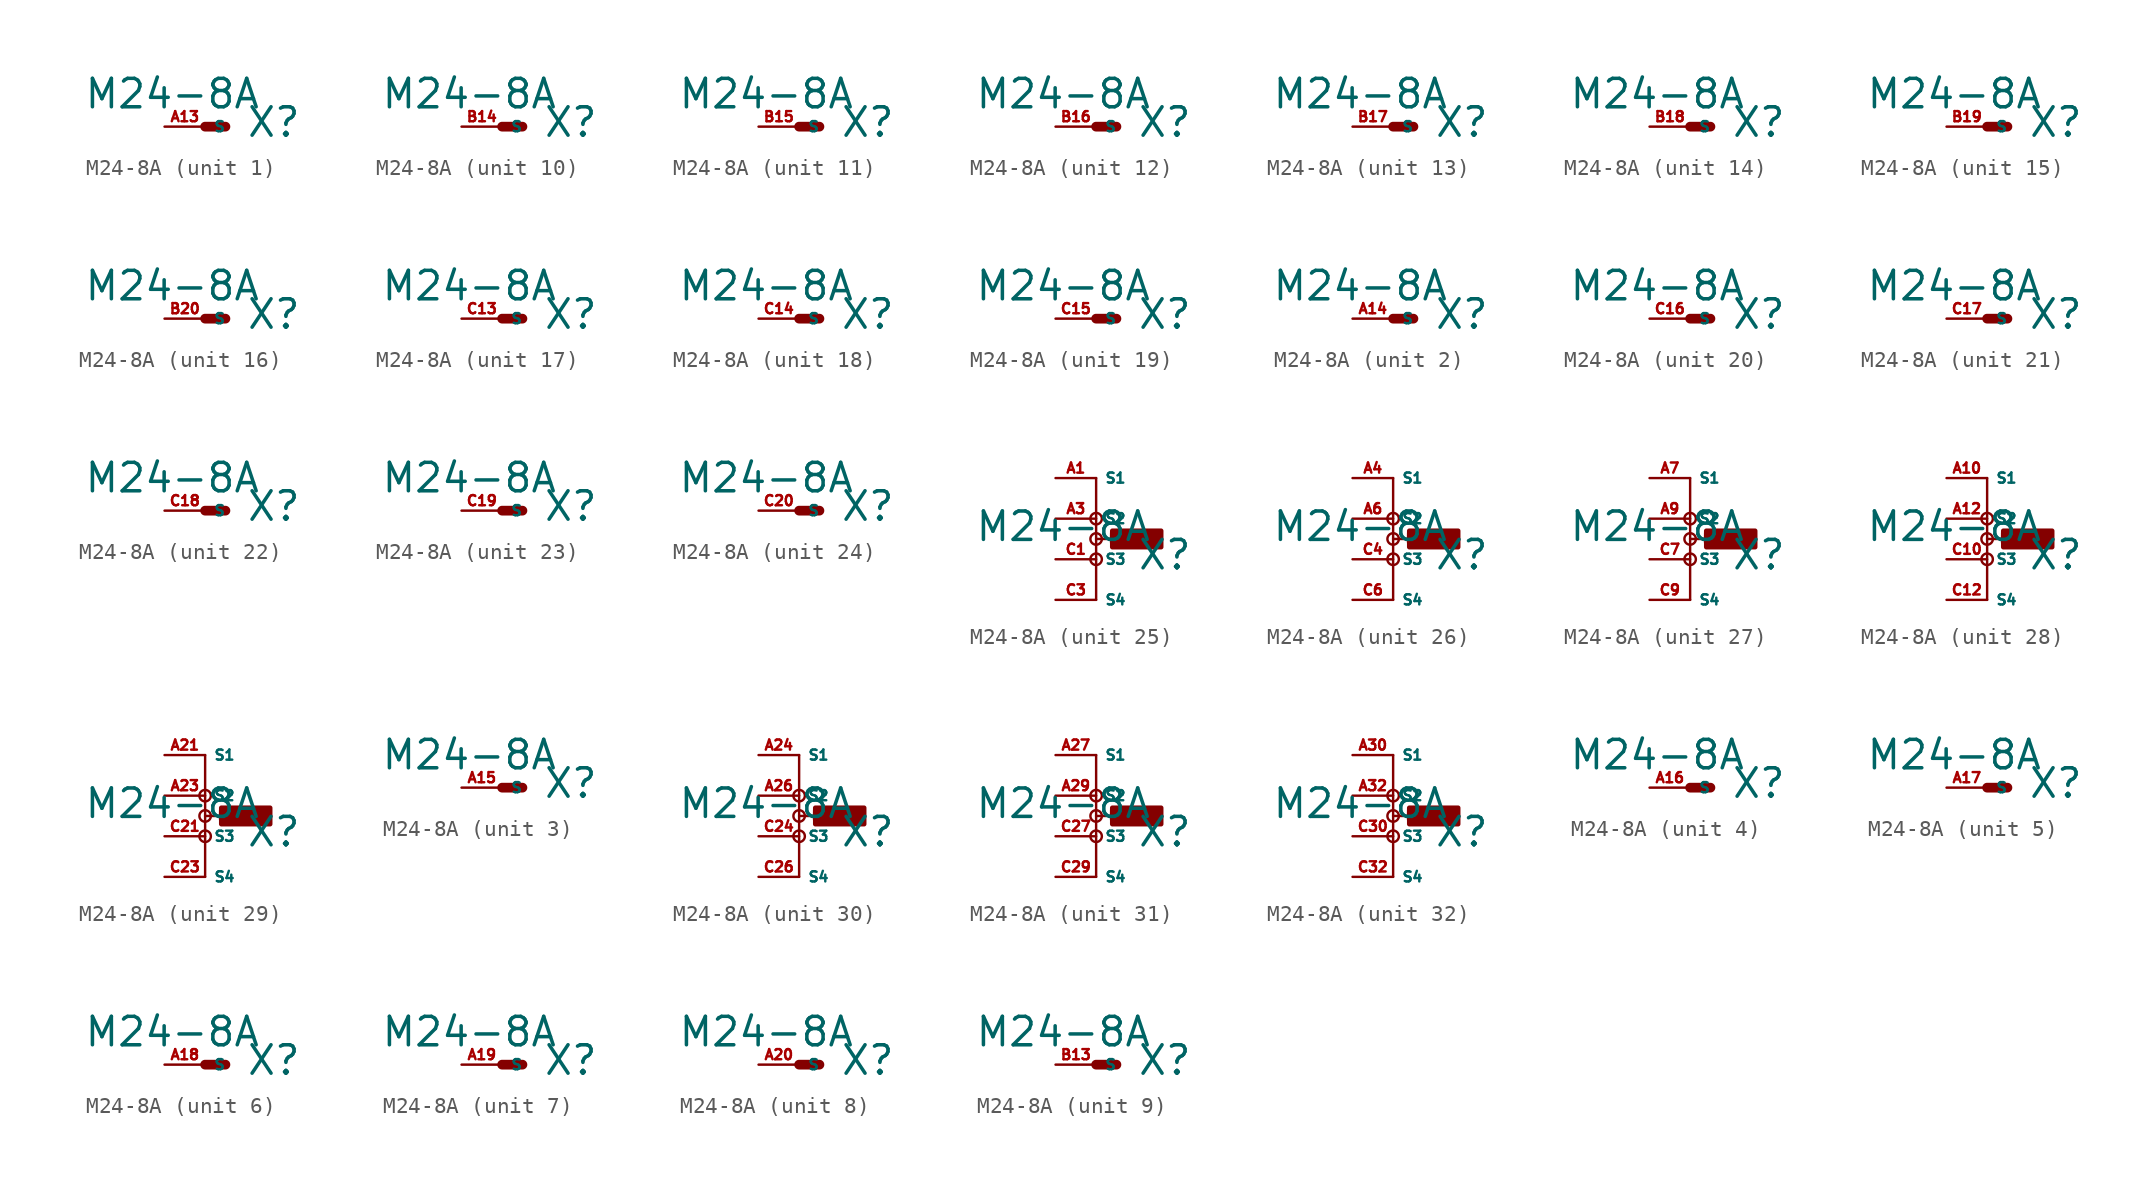
<source format=kicad_sym>
(kicad_symbol_lib
  (version 20220914)
  (generator Eagle2Kicad)
  (symbol "M24-8A"
    (property "Reference" "X"
      (at 2.54 -0.762 0)
      (effects (font (size 1.778 1.778) (thickness 0.22)) (justify left bottom)))
    (property "Value" "M24-8A"
      (at -7.62 1.016 0)
      (effects (font (size 1.778 1.778) (thickness 0.22)) (justify left bottom)))
    (symbol "M24-8A_1_0"
      (polyline (pts (xy 0 0) (xy 1.27 0)) (stroke (width 0.61) (type default)) (fill (type none)))
      (pin passive line (at -2.54 0 0) (length 2.54) (name "S" (effects (font (size 0.635 0.635) (thickness 0.08)) (justify left bottom))) (number "A13" (effects (font (size 0.635 0.635) (thickness 0.08)) (justify left bottom)))))
    (symbol "M24-8A_2_0"
      (polyline (pts (xy 0 0) (xy 1.27 0)) (stroke (width 0.61) (type default)) (fill (type none)))
      (pin passive line (at -2.54 0 0) (length 2.54) (name "S" (effects (font (size 0.635 0.635) (thickness 0.08)) (justify left bottom))) (number "A14" (effects (font (size 0.635 0.635) (thickness 0.08)) (justify left bottom)))))
    (symbol "M24-8A_3_0"
      (polyline (pts (xy 0 0) (xy 1.27 0)) (stroke (width 0.61) (type default)) (fill (type none)))
      (pin passive line (at -2.54 0 0) (length 2.54) (name "S" (effects (font (size 0.635 0.635) (thickness 0.08)) (justify left bottom))) (number "A15" (effects (font (size 0.635 0.635) (thickness 0.08)) (justify left bottom)))))
    (symbol "M24-8A_4_0"
      (polyline (pts (xy 0 0) (xy 1.27 0)) (stroke (width 0.61) (type default)) (fill (type none)))
      (pin passive line (at -2.54 0 0) (length 2.54) (name "S" (effects (font (size 0.635 0.635) (thickness 0.08)) (justify left bottom))) (number "A16" (effects (font (size 0.635 0.635) (thickness 0.08)) (justify left bottom)))))
    (symbol "M24-8A_5_0"
      (polyline (pts (xy 0 0) (xy 1.27 0)) (stroke (width 0.61) (type default)) (fill (type none)))
      (pin passive line (at -2.54 0 0) (length 2.54) (name "S" (effects (font (size 0.635 0.635) (thickness 0.08)) (justify left bottom))) (number "A17" (effects (font (size 0.635 0.635) (thickness 0.08)) (justify left bottom)))))
    (symbol "M24-8A_6_0"
      (polyline (pts (xy 0 0) (xy 1.27 0)) (stroke (width 0.61) (type default)) (fill (type none)))
      (pin passive line (at -2.54 0 0) (length 2.54) (name "S" (effects (font (size 0.635 0.635) (thickness 0.08)) (justify left bottom))) (number "A18" (effects (font (size 0.635 0.635) (thickness 0.08)) (justify left bottom)))))
    (symbol "M24-8A_7_0"
      (polyline (pts (xy 0 0) (xy 1.27 0)) (stroke (width 0.61) (type default)) (fill (type none)))
      (pin passive line (at -2.54 0 0) (length 2.54) (name "S" (effects (font (size 0.635 0.635) (thickness 0.08)) (justify left bottom))) (number "A19" (effects (font (size 0.635 0.635) (thickness 0.08)) (justify left bottom)))))
    (symbol "M24-8A_8_0"
      (polyline (pts (xy 0 0) (xy 1.27 0)) (stroke (width 0.61) (type default)) (fill (type none)))
      (pin passive line (at -2.54 0 0) (length 2.54) (name "S" (effects (font (size 0.635 0.635) (thickness 0.08)) (justify left bottom))) (number "A20" (effects (font (size 0.635 0.635) (thickness 0.08)) (justify left bottom)))))
    (symbol "M24-8A_9_0"
      (polyline (pts (xy 0 0) (xy 1.27 0)) (stroke (width 0.61) (type default)) (fill (type none)))
      (pin passive line (at -2.54 0 0) (length 2.54) (name "S" (effects (font (size 0.635 0.635) (thickness 0.08)) (justify left bottom))) (number "B13" (effects (font (size 0.635 0.635) (thickness 0.08)) (justify left bottom)))))
    (symbol "M24-8A_10_0"
      (polyline (pts (xy 0 0) (xy 1.27 0)) (stroke (width 0.61) (type default)) (fill (type none)))
      (pin passive line (at -2.54 0 0) (length 2.54) (name "S" (effects (font (size 0.635 0.635) (thickness 0.08)) (justify left bottom))) (number "B14" (effects (font (size 0.635 0.635) (thickness 0.08)) (justify left bottom)))))
    (symbol "M24-8A_11_0"
      (polyline (pts (xy 0 0) (xy 1.27 0)) (stroke (width 0.61) (type default)) (fill (type none)))
      (pin passive line (at -2.54 0 0) (length 2.54) (name "S" (effects (font (size 0.635 0.635) (thickness 0.08)) (justify left bottom))) (number "B15" (effects (font (size 0.635 0.635) (thickness 0.08)) (justify left bottom)))))
    (symbol "M24-8A_12_0"
      (polyline (pts (xy 0 0) (xy 1.27 0)) (stroke (width 0.61) (type default)) (fill (type none)))
      (pin passive line (at -2.54 0 0) (length 2.54) (name "S" (effects (font (size 0.635 0.635) (thickness 0.08)) (justify left bottom))) (number "B16" (effects (font (size 0.635 0.635) (thickness 0.08)) (justify left bottom)))))
    (symbol "M24-8A_13_0"
      (polyline (pts (xy 0 0) (xy 1.27 0)) (stroke (width 0.61) (type default)) (fill (type none)))
      (pin passive line (at -2.54 0 0) (length 2.54) (name "S" (effects (font (size 0.635 0.635) (thickness 0.08)) (justify left bottom))) (number "B17" (effects (font (size 0.635 0.635) (thickness 0.08)) (justify left bottom)))))
    (symbol "M24-8A_14_0"
      (polyline (pts (xy 0 0) (xy 1.27 0)) (stroke (width 0.61) (type default)) (fill (type none)))
      (pin passive line (at -2.54 0 0) (length 2.54) (name "S" (effects (font (size 0.635 0.635) (thickness 0.08)) (justify left bottom))) (number "B18" (effects (font (size 0.635 0.635) (thickness 0.08)) (justify left bottom)))))
    (symbol "M24-8A_15_0"
      (polyline (pts (xy 0 0) (xy 1.27 0)) (stroke (width 0.61) (type default)) (fill (type none)))
      (pin passive line (at -2.54 0 0) (length 2.54) (name "S" (effects (font (size 0.635 0.635) (thickness 0.08)) (justify left bottom))) (number "B19" (effects (font (size 0.635 0.635) (thickness 0.08)) (justify left bottom)))))
    (symbol "M24-8A_16_0"
      (polyline (pts (xy 0 0) (xy 1.27 0)) (stroke (width 0.61) (type default)) (fill (type none)))
      (pin passive line (at -2.54 0 0) (length 2.54) (name "S" (effects (font (size 0.635 0.635) (thickness 0.08)) (justify left bottom))) (number "B20" (effects (font (size 0.635 0.635) (thickness 0.08)) (justify left bottom)))))
    (symbol "M24-8A_17_0"
      (polyline (pts (xy 0 0) (xy 1.27 0)) (stroke (width 0.61) (type default)) (fill (type none)))
      (pin passive line (at -2.54 0 0) (length 2.54) (name "S" (effects (font (size 0.635 0.635) (thickness 0.08)) (justify left bottom))) (number "C13" (effects (font (size 0.635 0.635) (thickness 0.08)) (justify left bottom)))))
    (symbol "M24-8A_18_0"
      (polyline (pts (xy 0 0) (xy 1.27 0)) (stroke (width 0.61) (type default)) (fill (type none)))
      (pin passive line (at -2.54 0 0) (length 2.54) (name "S" (effects (font (size 0.635 0.635) (thickness 0.08)) (justify left bottom))) (number "C14" (effects (font (size 0.635 0.635) (thickness 0.08)) (justify left bottom)))))
    (symbol "M24-8A_19_0"
      (polyline (pts (xy 0 0) (xy 1.27 0)) (stroke (width 0.61) (type default)) (fill (type none)))
      (pin passive line (at -2.54 0 0) (length 2.54) (name "S" (effects (font (size 0.635 0.635) (thickness 0.08)) (justify left bottom))) (number "C15" (effects (font (size 0.635 0.635) (thickness 0.08)) (justify left bottom)))))
    (symbol "M24-8A_20_0"
      (polyline (pts (xy 0 0) (xy 1.27 0)) (stroke (width 0.61) (type default)) (fill (type none)))
      (pin passive line (at -2.54 0 0) (length 2.54) (name "S" (effects (font (size 0.635 0.635) (thickness 0.08)) (justify left bottom))) (number "C16" (effects (font (size 0.635 0.635) (thickness 0.08)) (justify left bottom)))))
    (symbol "M24-8A_21_0"
      (polyline (pts (xy 0 0) (xy 1.27 0)) (stroke (width 0.61) (type default)) (fill (type none)))
      (pin passive line (at -2.54 0 0) (length 2.54) (name "S" (effects (font (size 0.635 0.635) (thickness 0.08)) (justify left bottom))) (number "C17" (effects (font (size 0.635 0.635) (thickness 0.08)) (justify left bottom)))))
    (symbol "M24-8A_22_0"
      (polyline (pts (xy 0 0) (xy 1.27 0)) (stroke (width 0.61) (type default)) (fill (type none)))
      (pin passive line (at -2.54 0 0) (length 2.54) (name "S" (effects (font (size 0.635 0.635) (thickness 0.08)) (justify left bottom))) (number "C18" (effects (font (size 0.635 0.635) (thickness 0.08)) (justify left bottom)))))
    (symbol "M24-8A_23_0"
      (polyline (pts (xy 0 0) (xy 1.27 0)) (stroke (width 0.61) (type default)) (fill (type none)))
      (pin passive line (at -2.54 0 0) (length 2.54) (name "S" (effects (font (size 0.635 0.635) (thickness 0.08)) (justify left bottom))) (number "C19" (effects (font (size 0.635 0.635) (thickness 0.08)) (justify left bottom)))))
    (symbol "M24-8A_24_0"
      (polyline (pts (xy 0 0) (xy 1.27 0)) (stroke (width 0.61) (type default)) (fill (type none)))
      (pin passive line (at -2.54 0 0) (length 2.54) (name "S" (effects (font (size 0.635 0.635) (thickness 0.08)) (justify left bottom))) (number "C20" (effects (font (size 0.635 0.635) (thickness 0.08)) (justify left bottom)))))
    (symbol "M24-8A_25_0"
      (polyline (pts (xy 0 5.08) (xy 0 1.27)) (stroke (width 0.152) (type default)) (fill (type none)))
      (polyline (pts (xy 0 1.27) (xy 0 -2.54)) (stroke (width 0.152) (type default)) (fill (type none)))
      (polyline (pts (xy 0 1.27) (xy 1.27 1.27)) (stroke (width 0.152) (type default)) (fill (type none)))
      (circle (center 0 2.54) (radius 0.359) (stroke (width 0) (type default)) (fill (type none)))
      (circle (center 0 0) (radius 0.359) (stroke (width 0) (type default)) (fill (type none)))
      (circle (center 0 1.27) (radius 0.359) (stroke (width 0) (type default)) (fill (type none)))
      (rectangle (start 1.016 1.016) (end 3.81 1.651) (stroke (width 0.3) (type default)) (fill (type outline)))
      (rectangle (start 1.016 1.016) (end 3.81 1.651) (stroke (width 0.3) (type default)) (fill (type outline)))
      (rectangle (start 1.016 1.016) (end 3.81 1.524) (stroke (width 0.3) (type default)) (fill (type outline)))
      (rectangle (start 1.016 0.762) (end 4.064 1.778) (stroke (width 0.3) (type default)) (fill (type outline)))
      (pin passive line (at -2.54 5.08 0) (length 2.54) (name "S1" (effects (font (size 0.635 0.635) (thickness 0.08)) (justify left bottom))) (number "A1" (effects (font (size 0.635 0.635) (thickness 0.08)) (justify left bottom))))
      (pin passive line (at -2.54 2.54 0) (length 2.54) (name "S2" (effects (font (size 0.635 0.635) (thickness 0.08)) (justify left bottom))) (number "A3" (effects (font (size 0.635 0.635) (thickness 0.08)) (justify left bottom))))
      (pin passive line (at -2.54 0 0) (length 2.54) (name "S3" (effects (font (size 0.635 0.635) (thickness 0.08)) (justify left bottom))) (number "C1" (effects (font (size 0.635 0.635) (thickness 0.08)) (justify left bottom))))
      (pin passive line (at -2.54 -2.54 0) (length 2.54) (name "S4" (effects (font (size 0.635 0.635) (thickness 0.08)) (justify left bottom))) (number "C3" (effects (font (size 0.635 0.635) (thickness 0.08)) (justify left bottom)))))
    (symbol "M24-8A_26_0"
      (polyline (pts (xy 0 5.08) (xy 0 1.27)) (stroke (width 0.152) (type default)) (fill (type none)))
      (polyline (pts (xy 0 1.27) (xy 0 -2.54)) (stroke (width 0.152) (type default)) (fill (type none)))
      (polyline (pts (xy 0 1.27) (xy 1.27 1.27)) (stroke (width 0.152) (type default)) (fill (type none)))
      (circle (center 0 2.54) (radius 0.359) (stroke (width 0) (type default)) (fill (type none)))
      (circle (center 0 0) (radius 0.359) (stroke (width 0) (type default)) (fill (type none)))
      (circle (center 0 1.27) (radius 0.359) (stroke (width 0) (type default)) (fill (type none)))
      (rectangle (start 1.016 1.016) (end 3.81 1.651) (stroke (width 0.3) (type default)) (fill (type outline)))
      (rectangle (start 1.016 1.016) (end 3.81 1.651) (stroke (width 0.3) (type default)) (fill (type outline)))
      (rectangle (start 1.016 1.016) (end 3.81 1.524) (stroke (width 0.3) (type default)) (fill (type outline)))
      (rectangle (start 1.016 0.762) (end 4.064 1.778) (stroke (width 0.3) (type default)) (fill (type outline)))
      (pin passive line (at -2.54 5.08 0) (length 2.54) (name "S1" (effects (font (size 0.635 0.635) (thickness 0.08)) (justify left bottom))) (number "A4" (effects (font (size 0.635 0.635) (thickness 0.08)) (justify left bottom))))
      (pin passive line (at -2.54 2.54 0) (length 2.54) (name "S2" (effects (font (size 0.635 0.635) (thickness 0.08)) (justify left bottom))) (number "A6" (effects (font (size 0.635 0.635) (thickness 0.08)) (justify left bottom))))
      (pin passive line (at -2.54 0 0) (length 2.54) (name "S3" (effects (font (size 0.635 0.635) (thickness 0.08)) (justify left bottom))) (number "C4" (effects (font (size 0.635 0.635) (thickness 0.08)) (justify left bottom))))
      (pin passive line (at -2.54 -2.54 0) (length 2.54) (name "S4" (effects (font (size 0.635 0.635) (thickness 0.08)) (justify left bottom))) (number "C6" (effects (font (size 0.635 0.635) (thickness 0.08)) (justify left bottom)))))
    (symbol "M24-8A_27_0"
      (polyline (pts (xy 0 5.08) (xy 0 1.27)) (stroke (width 0.152) (type default)) (fill (type none)))
      (polyline (pts (xy 0 1.27) (xy 0 -2.54)) (stroke (width 0.152) (type default)) (fill (type none)))
      (polyline (pts (xy 0 1.27) (xy 1.27 1.27)) (stroke (width 0.152) (type default)) (fill (type none)))
      (circle (center 0 2.54) (radius 0.359) (stroke (width 0) (type default)) (fill (type none)))
      (circle (center 0 0) (radius 0.359) (stroke (width 0) (type default)) (fill (type none)))
      (circle (center 0 1.27) (radius 0.359) (stroke (width 0) (type default)) (fill (type none)))
      (rectangle (start 1.016 1.016) (end 3.81 1.651) (stroke (width 0.3) (type default)) (fill (type outline)))
      (rectangle (start 1.016 1.016) (end 3.81 1.651) (stroke (width 0.3) (type default)) (fill (type outline)))
      (rectangle (start 1.016 1.016) (end 3.81 1.524) (stroke (width 0.3) (type default)) (fill (type outline)))
      (rectangle (start 1.016 0.762) (end 4.064 1.778) (stroke (width 0.3) (type default)) (fill (type outline)))
      (pin passive line (at -2.54 5.08 0) (length 2.54) (name "S1" (effects (font (size 0.635 0.635) (thickness 0.08)) (justify left bottom))) (number "A7" (effects (font (size 0.635 0.635) (thickness 0.08)) (justify left bottom))))
      (pin passive line (at -2.54 2.54 0) (length 2.54) (name "S2" (effects (font (size 0.635 0.635) (thickness 0.08)) (justify left bottom))) (number "A9" (effects (font (size 0.635 0.635) (thickness 0.08)) (justify left bottom))))
      (pin passive line (at -2.54 0 0) (length 2.54) (name "S3" (effects (font (size 0.635 0.635) (thickness 0.08)) (justify left bottom))) (number "C7" (effects (font (size 0.635 0.635) (thickness 0.08)) (justify left bottom))))
      (pin passive line (at -2.54 -2.54 0) (length 2.54) (name "S4" (effects (font (size 0.635 0.635) (thickness 0.08)) (justify left bottom))) (number "C9" (effects (font (size 0.635 0.635) (thickness 0.08)) (justify left bottom)))))
    (symbol "M24-8A_28_0"
      (polyline (pts (xy 0 5.08) (xy 0 1.27)) (stroke (width 0.152) (type default)) (fill (type none)))
      (polyline (pts (xy 0 1.27) (xy 0 -2.54)) (stroke (width 0.152) (type default)) (fill (type none)))
      (polyline (pts (xy 0 1.27) (xy 1.27 1.27)) (stroke (width 0.152) (type default)) (fill (type none)))
      (circle (center 0 2.54) (radius 0.359) (stroke (width 0) (type default)) (fill (type none)))
      (circle (center 0 0) (radius 0.359) (stroke (width 0) (type default)) (fill (type none)))
      (circle (center 0 1.27) (radius 0.359) (stroke (width 0) (type default)) (fill (type none)))
      (rectangle (start 1.016 1.016) (end 3.81 1.651) (stroke (width 0.3) (type default)) (fill (type outline)))
      (rectangle (start 1.016 1.016) (end 3.81 1.651) (stroke (width 0.3) (type default)) (fill (type outline)))
      (rectangle (start 1.016 1.016) (end 3.81 1.524) (stroke (width 0.3) (type default)) (fill (type outline)))
      (rectangle (start 1.016 0.762) (end 4.064 1.778) (stroke (width 0.3) (type default)) (fill (type outline)))
      (pin passive line (at -2.54 5.08 0) (length 2.54) (name "S1" (effects (font (size 0.635 0.635) (thickness 0.08)) (justify left bottom))) (number "A10" (effects (font (size 0.635 0.635) (thickness 0.08)) (justify left bottom))))
      (pin passive line (at -2.54 2.54 0) (length 2.54) (name "S2" (effects (font (size 0.635 0.635) (thickness 0.08)) (justify left bottom))) (number "A12" (effects (font (size 0.635 0.635) (thickness 0.08)) (justify left bottom))))
      (pin passive line (at -2.54 0 0) (length 2.54) (name "S3" (effects (font (size 0.635 0.635) (thickness 0.08)) (justify left bottom))) (number "C10" (effects (font (size 0.635 0.635) (thickness 0.08)) (justify left bottom))))
      (pin passive line (at -2.54 -2.54 0) (length 2.54) (name "S4" (effects (font (size 0.635 0.635) (thickness 0.08)) (justify left bottom))) (number "C12" (effects (font (size 0.635 0.635) (thickness 0.08)) (justify left bottom)))))
    (symbol "M24-8A_29_0"
      (polyline (pts (xy 0 5.08) (xy 0 1.27)) (stroke (width 0.152) (type default)) (fill (type none)))
      (polyline (pts (xy 0 1.27) (xy 0 -2.54)) (stroke (width 0.152) (type default)) (fill (type none)))
      (polyline (pts (xy 0 1.27) (xy 1.27 1.27)) (stroke (width 0.152) (type default)) (fill (type none)))
      (circle (center 0 2.54) (radius 0.359) (stroke (width 0) (type default)) (fill (type none)))
      (circle (center 0 0) (radius 0.359) (stroke (width 0) (type default)) (fill (type none)))
      (circle (center 0 1.27) (radius 0.359) (stroke (width 0) (type default)) (fill (type none)))
      (rectangle (start 1.016 1.016) (end 3.81 1.651) (stroke (width 0.3) (type default)) (fill (type outline)))
      (rectangle (start 1.016 1.016) (end 3.81 1.651) (stroke (width 0.3) (type default)) (fill (type outline)))
      (rectangle (start 1.016 1.016) (end 3.81 1.524) (stroke (width 0.3) (type default)) (fill (type outline)))
      (rectangle (start 1.016 0.762) (end 4.064 1.778) (stroke (width 0.3) (type default)) (fill (type outline)))
      (pin passive line (at -2.54 5.08 0) (length 2.54) (name "S1" (effects (font (size 0.635 0.635) (thickness 0.08)) (justify left bottom))) (number "A21" (effects (font (size 0.635 0.635) (thickness 0.08)) (justify left bottom))))
      (pin passive line (at -2.54 2.54 0) (length 2.54) (name "S2" (effects (font (size 0.635 0.635) (thickness 0.08)) (justify left bottom))) (number "A23" (effects (font (size 0.635 0.635) (thickness 0.08)) (justify left bottom))))
      (pin passive line (at -2.54 0 0) (length 2.54) (name "S3" (effects (font (size 0.635 0.635) (thickness 0.08)) (justify left bottom))) (number "C21" (effects (font (size 0.635 0.635) (thickness 0.08)) (justify left bottom))))
      (pin passive line (at -2.54 -2.54 0) (length 2.54) (name "S4" (effects (font (size 0.635 0.635) (thickness 0.08)) (justify left bottom))) (number "C23" (effects (font (size 0.635 0.635) (thickness 0.08)) (justify left bottom)))))
    (symbol "M24-8A_30_0"
      (polyline (pts (xy 0 5.08) (xy 0 1.27)) (stroke (width 0.152) (type default)) (fill (type none)))
      (polyline (pts (xy 0 1.27) (xy 0 -2.54)) (stroke (width 0.152) (type default)) (fill (type none)))
      (polyline (pts (xy 0 1.27) (xy 1.27 1.27)) (stroke (width 0.152) (type default)) (fill (type none)))
      (circle (center 0 2.54) (radius 0.359) (stroke (width 0) (type default)) (fill (type none)))
      (circle (center 0 0) (radius 0.359) (stroke (width 0) (type default)) (fill (type none)))
      (circle (center 0 1.27) (radius 0.359) (stroke (width 0) (type default)) (fill (type none)))
      (rectangle (start 1.016 1.016) (end 3.81 1.651) (stroke (width 0.3) (type default)) (fill (type outline)))
      (rectangle (start 1.016 1.016) (end 3.81 1.651) (stroke (width 0.3) (type default)) (fill (type outline)))
      (rectangle (start 1.016 1.016) (end 3.81 1.524) (stroke (width 0.3) (type default)) (fill (type outline)))
      (rectangle (start 1.016 0.762) (end 4.064 1.778) (stroke (width 0.3) (type default)) (fill (type outline)))
      (pin passive line (at -2.54 5.08 0) (length 2.54) (name "S1" (effects (font (size 0.635 0.635) (thickness 0.08)) (justify left bottom))) (number "A24" (effects (font (size 0.635 0.635) (thickness 0.08)) (justify left bottom))))
      (pin passive line (at -2.54 2.54 0) (length 2.54) (name "S2" (effects (font (size 0.635 0.635) (thickness 0.08)) (justify left bottom))) (number "A26" (effects (font (size 0.635 0.635) (thickness 0.08)) (justify left bottom))))
      (pin passive line (at -2.54 0 0) (length 2.54) (name "S3" (effects (font (size 0.635 0.635) (thickness 0.08)) (justify left bottom))) (number "C24" (effects (font (size 0.635 0.635) (thickness 0.08)) (justify left bottom))))
      (pin passive line (at -2.54 -2.54 0) (length 2.54) (name "S4" (effects (font (size 0.635 0.635) (thickness 0.08)) (justify left bottom))) (number "C26" (effects (font (size 0.635 0.635) (thickness 0.08)) (justify left bottom)))))
    (symbol "M24-8A_31_0"
      (polyline (pts (xy 0 5.08) (xy 0 1.27)) (stroke (width 0.152) (type default)) (fill (type none)))
      (polyline (pts (xy 0 1.27) (xy 0 -2.54)) (stroke (width 0.152) (type default)) (fill (type none)))
      (polyline (pts (xy 0 1.27) (xy 1.27 1.27)) (stroke (width 0.152) (type default)) (fill (type none)))
      (circle (center 0 2.54) (radius 0.359) (stroke (width 0) (type default)) (fill (type none)))
      (circle (center 0 0) (radius 0.359) (stroke (width 0) (type default)) (fill (type none)))
      (circle (center 0 1.27) (radius 0.359) (stroke (width 0) (type default)) (fill (type none)))
      (rectangle (start 1.016 1.016) (end 3.81 1.651) (stroke (width 0.3) (type default)) (fill (type outline)))
      (rectangle (start 1.016 1.016) (end 3.81 1.651) (stroke (width 0.3) (type default)) (fill (type outline)))
      (rectangle (start 1.016 1.016) (end 3.81 1.524) (stroke (width 0.3) (type default)) (fill (type outline)))
      (rectangle (start 1.016 0.762) (end 4.064 1.778) (stroke (width 0.3) (type default)) (fill (type outline)))
      (pin passive line (at -2.54 5.08 0) (length 2.54) (name "S1" (effects (font (size 0.635 0.635) (thickness 0.08)) (justify left bottom))) (number "A27" (effects (font (size 0.635 0.635) (thickness 0.08)) (justify left bottom))))
      (pin passive line (at -2.54 2.54 0) (length 2.54) (name "S2" (effects (font (size 0.635 0.635) (thickness 0.08)) (justify left bottom))) (number "A29" (effects (font (size 0.635 0.635) (thickness 0.08)) (justify left bottom))))
      (pin passive line (at -2.54 0 0) (length 2.54) (name "S3" (effects (font (size 0.635 0.635) (thickness 0.08)) (justify left bottom))) (number "C27" (effects (font (size 0.635 0.635) (thickness 0.08)) (justify left bottom))))
      (pin passive line (at -2.54 -2.54 0) (length 2.54) (name "S4" (effects (font (size 0.635 0.635) (thickness 0.08)) (justify left bottom))) (number "C29" (effects (font (size 0.635 0.635) (thickness 0.08)) (justify left bottom)))))
    (symbol "M24-8A_32_0"
      (polyline (pts (xy 0 5.08) (xy 0 1.27)) (stroke (width 0.152) (type default)) (fill (type none)))
      (polyline (pts (xy 0 1.27) (xy 0 -2.54)) (stroke (width 0.152) (type default)) (fill (type none)))
      (polyline (pts (xy 0 1.27) (xy 1.27 1.27)) (stroke (width 0.152) (type default)) (fill (type none)))
      (circle (center 0 2.54) (radius 0.359) (stroke (width 0) (type default)) (fill (type none)))
      (circle (center 0 0) (radius 0.359) (stroke (width 0) (type default)) (fill (type none)))
      (circle (center 0 1.27) (radius 0.359) (stroke (width 0) (type default)) (fill (type none)))
      (rectangle (start 1.016 1.016) (end 3.81 1.651) (stroke (width 0.3) (type default)) (fill (type outline)))
      (rectangle (start 1.016 1.016) (end 3.81 1.651) (stroke (width 0.3) (type default)) (fill (type outline)))
      (rectangle (start 1.016 1.016) (end 3.81 1.524) (stroke (width 0.3) (type default)) (fill (type outline)))
      (rectangle (start 1.016 0.762) (end 4.064 1.778) (stroke (width 0.3) (type default)) (fill (type outline)))
      (pin passive line (at -2.54 5.08 0) (length 2.54) (name "S1" (effects (font (size 0.635 0.635) (thickness 0.08)) (justify left bottom))) (number "A30" (effects (font (size 0.635 0.635) (thickness 0.08)) (justify left bottom))))
      (pin passive line (at -2.54 2.54 0) (length 2.54) (name "S2" (effects (font (size 0.635 0.635) (thickness 0.08)) (justify left bottom))) (number "A32" (effects (font (size 0.635 0.635) (thickness 0.08)) (justify left bottom))))
      (pin passive line (at -2.54 0 0) (length 2.54) (name "S3" (effects (font (size 0.635 0.635) (thickness 0.08)) (justify left bottom))) (number "C30" (effects (font (size 0.635 0.635) (thickness 0.08)) (justify left bottom))))
      (pin passive line (at -2.54 -2.54 0) (length 2.54) (name "S4" (effects (font (size 0.635 0.635) (thickness 0.08)) (justify left bottom))) (number "C32" (effects (font (size 0.635 0.635) (thickness 0.08)) (justify left bottom)))))))
</source>
